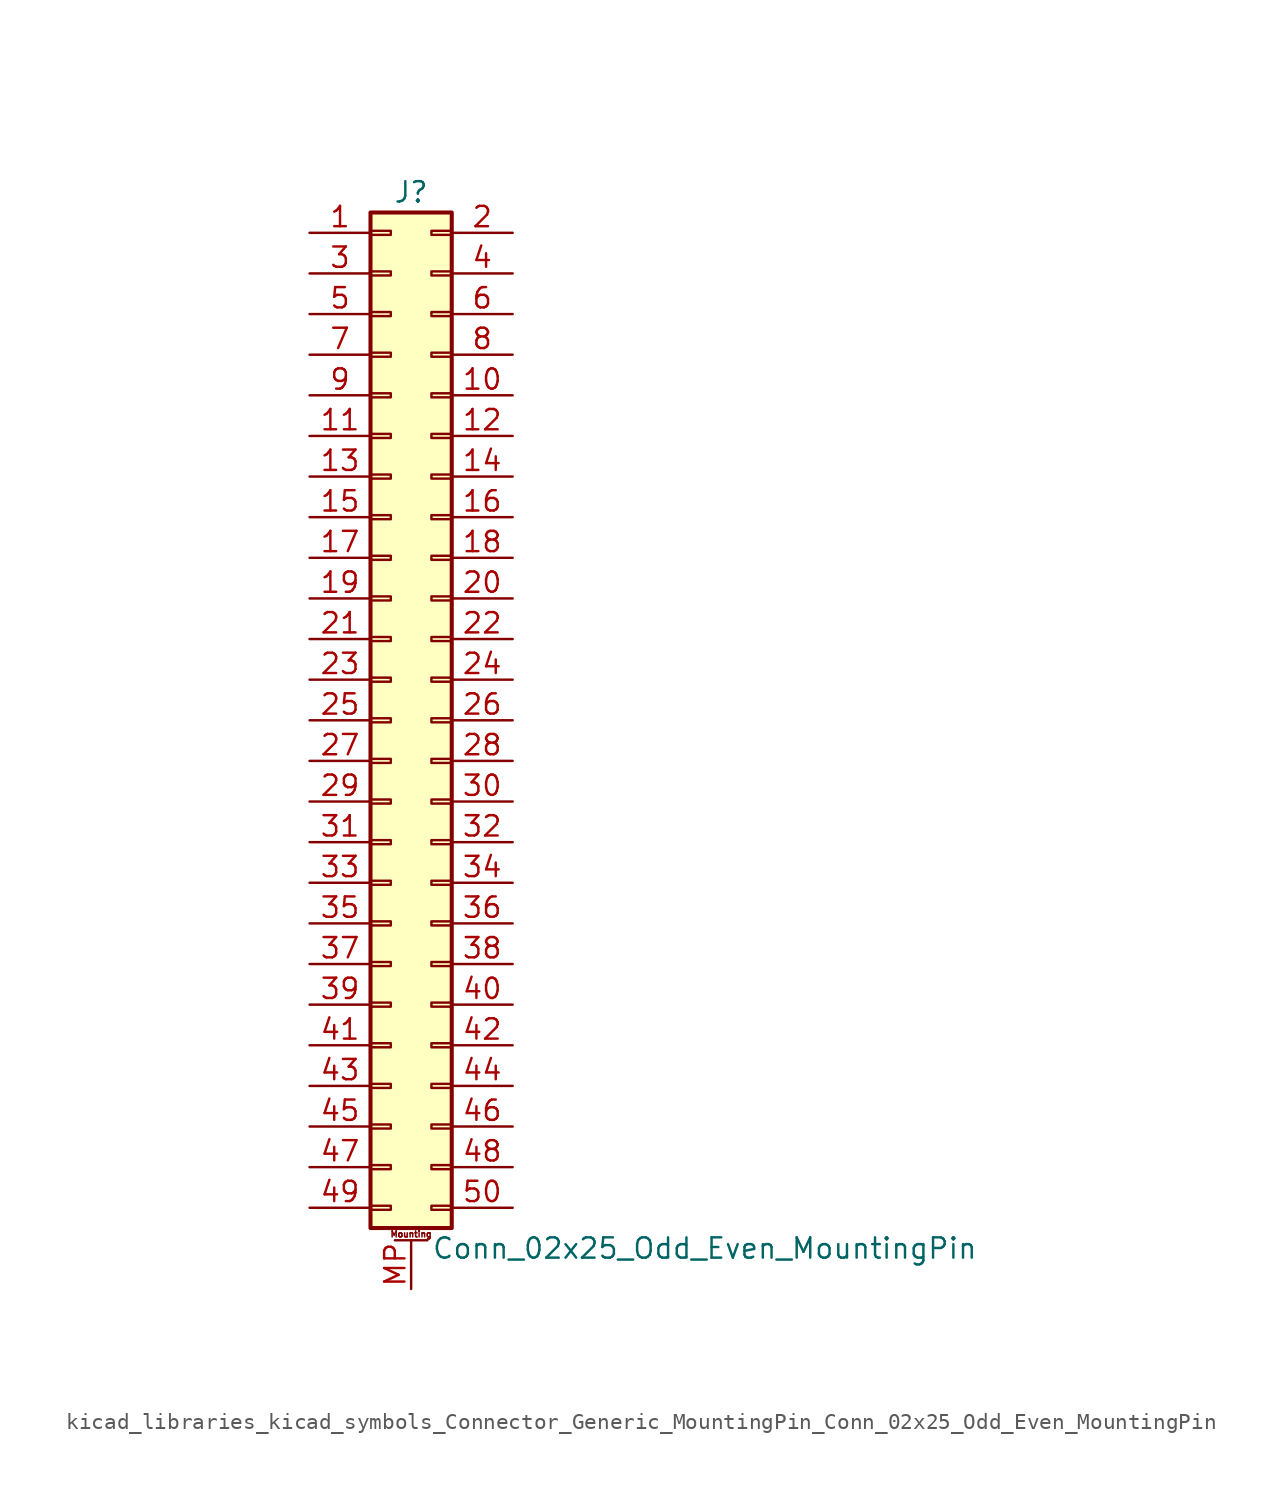
<source format=kicad_sym>
(kicad_symbol_lib
  (version 20220914)
  (generator kicad_symbol_editor)
  (symbol "kicad_libraries_kicad_symbols_Connector_Generic_MountingPin_Conn_02x25_Odd_Even_MountingPin"
    (pin_names
      (offset 1.016) hide)
    (property "Reference" "J"
      (at 1.27 33.02 0)
      (effects (font (size 1.27 1.27))))
    (property "Value" "Conn_02x25_Odd_Even_MountingPin"
      (at 2.54 -33.02 0)
      (effects (font (size 1.27 1.27)) (justify left)))
    (symbol "kicad_libraries_kicad_symbols_Connector_Generic_MountingPin_Conn_02x25_Odd_Even_MountingPin_1_1"
      (rectangle (start -1.27 -30.353) (end 0 -30.607) (stroke (width 0.152) (type default)) (fill (type none)))
      (rectangle (start -1.27 -27.813) (end 0 -28.067) (stroke (width 0.152) (type default)) (fill (type none)))
      (rectangle (start -1.27 -25.273) (end 0 -25.527) (stroke (width 0.152) (type default)) (fill (type none)))
      (rectangle (start -1.27 -22.733) (end 0 -22.987) (stroke (width 0.152) (type default)) (fill (type none)))
      (rectangle (start -1.27 -20.193) (end 0 -20.447) (stroke (width 0.152) (type default)) (fill (type none)))
      (rectangle (start -1.27 -17.653) (end 0 -17.907) (stroke (width 0.152) (type default)) (fill (type none)))
      (rectangle (start -1.27 -15.113) (end 0 -15.367) (stroke (width 0.152) (type default)) (fill (type none)))
      (rectangle (start -1.27 -12.573) (end 0 -12.827) (stroke (width 0.152) (type default)) (fill (type none)))
      (rectangle (start -1.27 -10.033) (end 0 -10.287) (stroke (width 0.152) (type default)) (fill (type none)))
      (rectangle (start -1.27 -7.493) (end 0 -7.747) (stroke (width 0.152) (type default)) (fill (type none)))
      (rectangle (start -1.27 -4.953) (end 0 -5.207) (stroke (width 0.152) (type default)) (fill (type none)))
      (rectangle (start -1.27 -2.413) (end 0 -2.667) (stroke (width 0.152) (type default)) (fill (type none)))
      (rectangle (start -1.27 0.127) (end 0 -0.127) (stroke (width 0.152) (type default)) (fill (type none)))
      (rectangle (start -1.27 2.667) (end 0 2.413) (stroke (width 0.152) (type default)) (fill (type none)))
      (rectangle (start -1.27 5.207) (end 0 4.953) (stroke (width 0.152) (type default)) (fill (type none)))
      (rectangle (start -1.27 7.747) (end 0 7.493) (stroke (width 0.152) (type default)) (fill (type none)))
      (rectangle (start -1.27 10.287) (end 0 10.033) (stroke (width 0.152) (type default)) (fill (type none)))
      (rectangle (start -1.27 12.827) (end 0 12.573) (stroke (width 0.152) (type default)) (fill (type none)))
      (rectangle (start -1.27 15.367) (end 0 15.113) (stroke (width 0.152) (type default)) (fill (type none)))
      (rectangle (start -1.27 17.907) (end 0 17.653) (stroke (width 0.152) (type default)) (fill (type none)))
      (rectangle (start -1.27 20.447) (end 0 20.193) (stroke (width 0.152) (type default)) (fill (type none)))
      (rectangle (start -1.27 22.987) (end 0 22.733) (stroke (width 0.152) (type default)) (fill (type none)))
      (rectangle (start -1.27 25.527) (end 0 25.273) (stroke (width 0.152) (type default)) (fill (type none)))
      (rectangle (start -1.27 28.067) (end 0 27.813) (stroke (width 0.152) (type default)) (fill (type none)))
      (rectangle (start -1.27 30.607) (end 0 30.353) (stroke (width 0.152) (type default)) (fill (type none)))
      (rectangle (start -1.27 31.75) (end 3.81 -31.75) (stroke (width 0.254) (type default)) (fill (type background)))
      (polyline (pts (xy 0.254 -32.512) (xy 2.286 -32.512)) (stroke (width 0.152) (type default)) (fill (type none)))
      (rectangle (start 3.81 -30.353) (end 2.54 -30.607) (stroke (width 0.152) (type default)) (fill (type none)))
      (rectangle (start 3.81 -27.813) (end 2.54 -28.067) (stroke (width 0.152) (type default)) (fill (type none)))
      (rectangle (start 3.81 -25.273) (end 2.54 -25.527) (stroke (width 0.152) (type default)) (fill (type none)))
      (rectangle (start 3.81 -22.733) (end 2.54 -22.987) (stroke (width 0.152) (type default)) (fill (type none)))
      (rectangle (start 3.81 -20.193) (end 2.54 -20.447) (stroke (width 0.152) (type default)) (fill (type none)))
      (rectangle (start 3.81 -17.653) (end 2.54 -17.907) (stroke (width 0.152) (type default)) (fill (type none)))
      (rectangle (start 3.81 -15.113) (end 2.54 -15.367) (stroke (width 0.152) (type default)) (fill (type none)))
      (rectangle (start 3.81 -12.573) (end 2.54 -12.827) (stroke (width 0.152) (type default)) (fill (type none)))
      (rectangle (start 3.81 -10.033) (end 2.54 -10.287) (stroke (width 0.152) (type default)) (fill (type none)))
      (rectangle (start 3.81 -7.493) (end 2.54 -7.747) (stroke (width 0.152) (type default)) (fill (type none)))
      (rectangle (start 3.81 -4.953) (end 2.54 -5.207) (stroke (width 0.152) (type default)) (fill (type none)))
      (rectangle (start 3.81 -2.413) (end 2.54 -2.667) (stroke (width 0.152) (type default)) (fill (type none)))
      (rectangle (start 3.81 0.127) (end 2.54 -0.127) (stroke (width 0.152) (type default)) (fill (type none)))
      (rectangle (start 3.81 2.667) (end 2.54 2.413) (stroke (width 0.152) (type default)) (fill (type none)))
      (rectangle (start 3.81 5.207) (end 2.54 4.953) (stroke (width 0.152) (type default)) (fill (type none)))
      (rectangle (start 3.81 7.747) (end 2.54 7.493) (stroke (width 0.152) (type default)) (fill (type none)))
      (rectangle (start 3.81 10.287) (end 2.54 10.033) (stroke (width 0.152) (type default)) (fill (type none)))
      (rectangle (start 3.81 12.827) (end 2.54 12.573) (stroke (width 0.152) (type default)) (fill (type none)))
      (rectangle (start 3.81 15.367) (end 2.54 15.113) (stroke (width 0.152) (type default)) (fill (type none)))
      (rectangle (start 3.81 17.907) (end 2.54 17.653) (stroke (width 0.152) (type default)) (fill (type none)))
      (rectangle (start 3.81 20.447) (end 2.54 20.193) (stroke (width 0.152) (type default)) (fill (type none)))
      (rectangle (start 3.81 22.987) (end 2.54 22.733) (stroke (width 0.152) (type default)) (fill (type none)))
      (rectangle (start 3.81 25.527) (end 2.54 25.273) (stroke (width 0.152) (type default)) (fill (type none)))
      (rectangle (start 3.81 28.067) (end 2.54 27.813) (stroke (width 0.152) (type default)) (fill (type none)))
      (rectangle (start 3.81 30.607) (end 2.54 30.353) (stroke (width 0.152) (type default)) (fill (type none)))
      (text "Mounting" (at 1.27 -32.131 0) (effects (font (size 0.381 0.381))))
      (pin passive line (at -5.08 30.48 0) (length 3.81) (name "Pin_1" (effects (font (size 1.27 1.27)))) (number "1" (effects (font (size 1.27 1.27)))))
      (pin passive line (at 7.62 20.32 180) (length 3.81) (name "Pin_10" (effects (font (size 1.27 1.27)))) (number "10" (effects (font (size 1.27 1.27)))))
      (pin passive line (at -5.08 17.78 0) (length 3.81) (name "Pin_11" (effects (font (size 1.27 1.27)))) (number "11" (effects (font (size 1.27 1.27)))))
      (pin passive line (at 7.62 17.78 180) (length 3.81) (name "Pin_12" (effects (font (size 1.27 1.27)))) (number "12" (effects (font (size 1.27 1.27)))))
      (pin passive line (at -5.08 15.24 0) (length 3.81) (name "Pin_13" (effects (font (size 1.27 1.27)))) (number "13" (effects (font (size 1.27 1.27)))))
      (pin passive line (at 7.62 15.24 180) (length 3.81) (name "Pin_14" (effects (font (size 1.27 1.27)))) (number "14" (effects (font (size 1.27 1.27)))))
      (pin passive line (at -5.08 12.7 0) (length 3.81) (name "Pin_15" (effects (font (size 1.27 1.27)))) (number "15" (effects (font (size 1.27 1.27)))))
      (pin passive line (at 7.62 12.7 180) (length 3.81) (name "Pin_16" (effects (font (size 1.27 1.27)))) (number "16" (effects (font (size 1.27 1.27)))))
      (pin passive line (at -5.08 10.16 0) (length 3.81) (name "Pin_17" (effects (font (size 1.27 1.27)))) (number "17" (effects (font (size 1.27 1.27)))))
      (pin passive line (at 7.62 10.16 180) (length 3.81) (name "Pin_18" (effects (font (size 1.27 1.27)))) (number "18" (effects (font (size 1.27 1.27)))))
      (pin passive line (at -5.08 7.62 0) (length 3.81) (name "Pin_19" (effects (font (size 1.27 1.27)))) (number "19" (effects (font (size 1.27 1.27)))))
      (pin passive line (at 7.62 30.48 180) (length 3.81) (name "Pin_2" (effects (font (size 1.27 1.27)))) (number "2" (effects (font (size 1.27 1.27)))))
      (pin passive line (at 7.62 7.62 180) (length 3.81) (name "Pin_20" (effects (font (size 1.27 1.27)))) (number "20" (effects (font (size 1.27 1.27)))))
      (pin passive line (at -5.08 5.08 0) (length 3.81) (name "Pin_21" (effects (font (size 1.27 1.27)))) (number "21" (effects (font (size 1.27 1.27)))))
      (pin passive line (at 7.62 5.08 180) (length 3.81) (name "Pin_22" (effects (font (size 1.27 1.27)))) (number "22" (effects (font (size 1.27 1.27)))))
      (pin passive line (at -5.08 2.54 0) (length 3.81) (name "Pin_23" (effects (font (size 1.27 1.27)))) (number "23" (effects (font (size 1.27 1.27)))))
      (pin passive line (at 7.62 2.54 180) (length 3.81) (name "Pin_24" (effects (font (size 1.27 1.27)))) (number "24" (effects (font (size 1.27 1.27)))))
      (pin passive line (at -5.08 0 0) (length 3.81) (name "Pin_25" (effects (font (size 1.27 1.27)))) (number "25" (effects (font (size 1.27 1.27)))))
      (pin passive line (at 7.62 0 180) (length 3.81) (name "Pin_26" (effects (font (size 1.27 1.27)))) (number "26" (effects (font (size 1.27 1.27)))))
      (pin passive line (at -5.08 -2.54 0) (length 3.81) (name "Pin_27" (effects (font (size 1.27 1.27)))) (number "27" (effects (font (size 1.27 1.27)))))
      (pin passive line (at 7.62 -2.54 180) (length 3.81) (name "Pin_28" (effects (font (size 1.27 1.27)))) (number "28" (effects (font (size 1.27 1.27)))))
      (pin passive line (at -5.08 -5.08 0) (length 3.81) (name "Pin_29" (effects (font (size 1.27 1.27)))) (number "29" (effects (font (size 1.27 1.27)))))
      (pin passive line (at -5.08 27.94 0) (length 3.81) (name "Pin_3" (effects (font (size 1.27 1.27)))) (number "3" (effects (font (size 1.27 1.27)))))
      (pin passive line (at 7.62 -5.08 180) (length 3.81) (name "Pin_30" (effects (font (size 1.27 1.27)))) (number "30" (effects (font (size 1.27 1.27)))))
      (pin passive line (at -5.08 -7.62 0) (length 3.81) (name "Pin_31" (effects (font (size 1.27 1.27)))) (number "31" (effects (font (size 1.27 1.27)))))
      (pin passive line (at 7.62 -7.62 180) (length 3.81) (name "Pin_32" (effects (font (size 1.27 1.27)))) (number "32" (effects (font (size 1.27 1.27)))))
      (pin passive line (at -5.08 -10.16 0) (length 3.81) (name "Pin_33" (effects (font (size 1.27 1.27)))) (number "33" (effects (font (size 1.27 1.27)))))
      (pin passive line (at 7.62 -10.16 180) (length 3.81) (name "Pin_34" (effects (font (size 1.27 1.27)))) (number "34" (effects (font (size 1.27 1.27)))))
      (pin passive line (at -5.08 -12.7 0) (length 3.81) (name "Pin_35" (effects (font (size 1.27 1.27)))) (number "35" (effects (font (size 1.27 1.27)))))
      (pin passive line (at 7.62 -12.7 180) (length 3.81) (name "Pin_36" (effects (font (size 1.27 1.27)))) (number "36" (effects (font (size 1.27 1.27)))))
      (pin passive line (at -5.08 -15.24 0) (length 3.81) (name "Pin_37" (effects (font (size 1.27 1.27)))) (number "37" (effects (font (size 1.27 1.27)))))
      (pin passive line (at 7.62 -15.24 180) (length 3.81) (name "Pin_38" (effects (font (size 1.27 1.27)))) (number "38" (effects (font (size 1.27 1.27)))))
      (pin passive line (at -5.08 -17.78 0) (length 3.81) (name "Pin_39" (effects (font (size 1.27 1.27)))) (number "39" (effects (font (size 1.27 1.27)))))
      (pin passive line (at 7.62 27.94 180) (length 3.81) (name "Pin_4" (effects (font (size 1.27 1.27)))) (number "4" (effects (font (size 1.27 1.27)))))
      (pin passive line (at 7.62 -17.78 180) (length 3.81) (name "Pin_40" (effects (font (size 1.27 1.27)))) (number "40" (effects (font (size 1.27 1.27)))))
      (pin passive line (at -5.08 -20.32 0) (length 3.81) (name "Pin_41" (effects (font (size 1.27 1.27)))) (number "41" (effects (font (size 1.27 1.27)))))
      (pin passive line (at 7.62 -20.32 180) (length 3.81) (name "Pin_42" (effects (font (size 1.27 1.27)))) (number "42" (effects (font (size 1.27 1.27)))))
      (pin passive line (at -5.08 -22.86 0) (length 3.81) (name "Pin_43" (effects (font (size 1.27 1.27)))) (number "43" (effects (font (size 1.27 1.27)))))
      (pin passive line (at 7.62 -22.86 180) (length 3.81) (name "Pin_44" (effects (font (size 1.27 1.27)))) (number "44" (effects (font (size 1.27 1.27)))))
      (pin passive line (at -5.08 -25.4 0) (length 3.81) (name "Pin_45" (effects (font (size 1.27 1.27)))) (number "45" (effects (font (size 1.27 1.27)))))
      (pin passive line (at 7.62 -25.4 180) (length 3.81) (name "Pin_46" (effects (font (size 1.27 1.27)))) (number "46" (effects (font (size 1.27 1.27)))))
      (pin passive line (at -5.08 -27.94 0) (length 3.81) (name "Pin_47" (effects (font (size 1.27 1.27)))) (number "47" (effects (font (size 1.27 1.27)))))
      (pin passive line (at 7.62 -27.94 180) (length 3.81) (name "Pin_48" (effects (font (size 1.27 1.27)))) (number "48" (effects (font (size 1.27 1.27)))))
      (pin passive line (at -5.08 -30.48 0) (length 3.81) (name "Pin_49" (effects (font (size 1.27 1.27)))) (number "49" (effects (font (size 1.27 1.27)))))
      (pin passive line (at -5.08 25.4 0) (length 3.81) (name "Pin_5" (effects (font (size 1.27 1.27)))) (number "5" (effects (font (size 1.27 1.27)))))
      (pin passive line (at 7.62 -30.48 180) (length 3.81) (name "Pin_50" (effects (font (size 1.27 1.27)))) (number "50" (effects (font (size 1.27 1.27)))))
      (pin passive line (at 7.62 25.4 180) (length 3.81) (name "Pin_6" (effects (font (size 1.27 1.27)))) (number "6" (effects (font (size 1.27 1.27)))))
      (pin passive line (at -5.08 22.86 0) (length 3.81) (name "Pin_7" (effects (font (size 1.27 1.27)))) (number "7" (effects (font (size 1.27 1.27)))))
      (pin passive line (at 7.62 22.86 180) (length 3.81) (name "Pin_8" (effects (font (size 1.27 1.27)))) (number "8" (effects (font (size 1.27 1.27)))))
      (pin passive line (at -5.08 20.32 0) (length 3.81) (name "Pin_9" (effects (font (size 1.27 1.27)))) (number "9" (effects (font (size 1.27 1.27)))))
      (pin passive line (at 1.27 -35.56 90) (length 3.048) (name "MountPin" (effects (font (size 1.27 1.27)))) (number "MP" (effects (font (size 1.27 1.27))))))))
</source>
